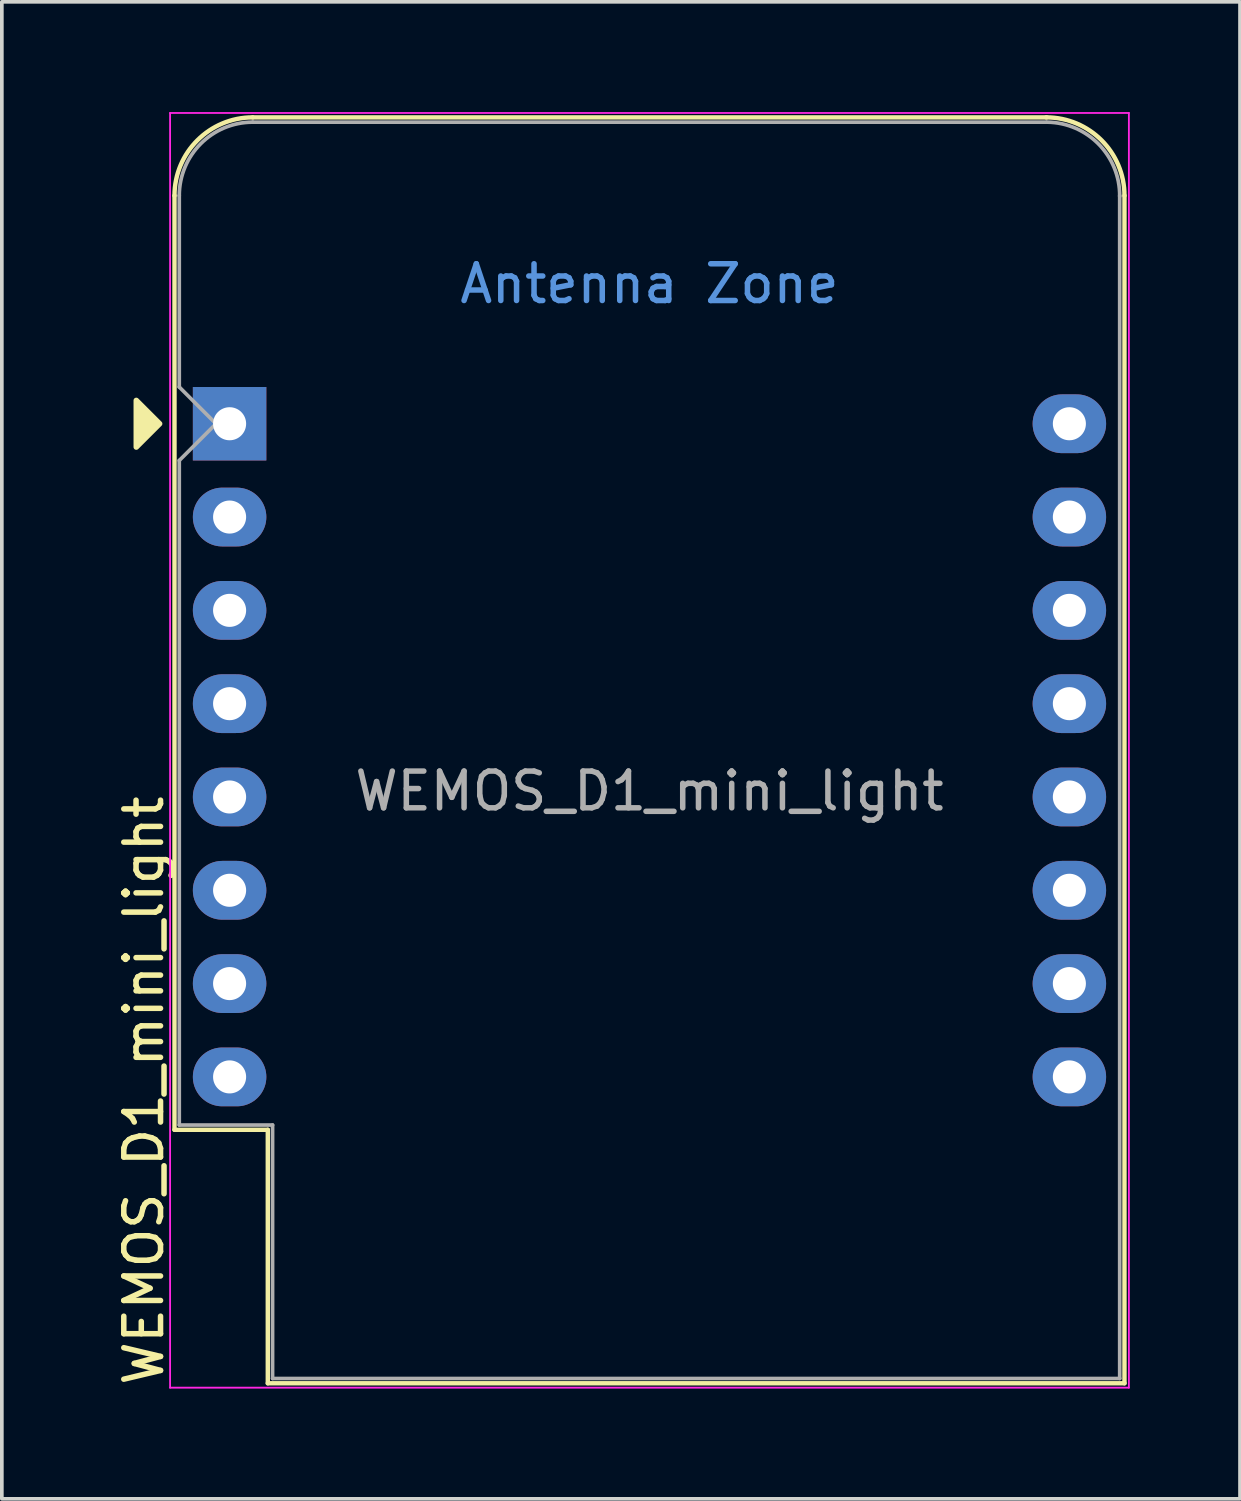
<source format=kicad_pcb>
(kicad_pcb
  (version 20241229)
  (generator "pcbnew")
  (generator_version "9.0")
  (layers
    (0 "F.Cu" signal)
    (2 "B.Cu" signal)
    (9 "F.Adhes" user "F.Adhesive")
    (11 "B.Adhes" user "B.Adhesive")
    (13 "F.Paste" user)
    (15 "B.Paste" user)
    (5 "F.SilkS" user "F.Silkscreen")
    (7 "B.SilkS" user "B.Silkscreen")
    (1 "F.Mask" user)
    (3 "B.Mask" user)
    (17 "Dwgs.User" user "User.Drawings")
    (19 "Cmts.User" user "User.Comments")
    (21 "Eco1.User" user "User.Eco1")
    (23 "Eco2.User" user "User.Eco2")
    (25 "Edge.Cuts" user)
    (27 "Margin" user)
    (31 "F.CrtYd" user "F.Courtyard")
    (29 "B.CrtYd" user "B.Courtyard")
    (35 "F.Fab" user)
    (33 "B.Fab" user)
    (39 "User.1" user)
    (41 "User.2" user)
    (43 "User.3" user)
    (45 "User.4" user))
  (footprint "WEMOS_D1_mini_light"
    (layer "F.Cu")
    (at 3.2 8.485)
    (property "Reference" "WEMOS_D1_mini_light" (at -1.75 26.25 90) (layer "F.SilkS") (effects (font (size 1 1) (thickness 0.15)) (justify left bottom)))
    (attr through_hole)
    (fp_line (start -1.5 19.22) (end -1.5 -6.21) (stroke (width 0.12) (type solid)) (layer "F.SilkS"))
    (fp_line (start -1.5 19.22) (end 1.04 19.22) (stroke (width 0.12) (type solid)) (layer "F.SilkS"))
    (fp_line (start 1.04 19.22) (end 1.04 26.12) (stroke (width 0.12) (type solid)) (layer "F.SilkS"))
    (fp_line (start 1.04 26.12) (end 24.36 26.12) (stroke (width 0.12) (type solid)) (layer "F.SilkS"))
    (fp_line (start 22.24 -8.34) (end 0.63 -8.34) (stroke (width 0.12) (type solid)) (layer "F.SilkS"))
    (fp_line (start 24.36 26.12) (end 24.36 -6.21) (stroke (width 0.12) (type solid)) (layer "F.SilkS"))
    (fp_arc (start -1.5 -6.21) (mid -0.876137 -7.716137) (end 0.63 -8.34) (stroke (width 0.12) (type solid)) (layer "F.SilkS"))
    (fp_arc (start 22.23 -8.34) (mid 23.736137 -7.716137) (end 24.36 -6.21) (stroke (width 0.12) (type solid)) (layer "F.SilkS"))
    (fp_poly (pts (xy -2.54 -0.635) (xy -2.54 0.635) (xy -1.905 0)) (stroke (width 0.15) (type solid)) (fill yes) (layer "F.SilkS"))
    (fp_line (start -1.62 -8.46) (end 24.48 -8.46) (stroke (width 0.05) (type solid)) (layer "F.CrtYd"))
    (fp_line (start -1.62 26.24) (end -1.62 -8.46) (stroke (width 0.05) (type solid)) (layer "F.CrtYd"))
    (fp_line (start 24.48 -8.46) (end 24.48 26.24) (stroke (width 0.05) (type solid)) (layer "F.CrtYd"))
    (fp_line (start 24.48 26.24) (end -1.62 26.24) (stroke (width 0.05) (type solid)) (layer "F.CrtYd"))
    (fp_line (start -1.37 -6.21) (end -1.37 -1) (stroke (width 0.1) (type solid)) (layer "F.Fab"))
    (fp_line (start -1.37 1) (end -1.37 19.09) (stroke (width 0.1) (type solid)) (layer "F.Fab"))
    (fp_line (start -1.37 1) (end -0.37 0) (stroke (width 0.1) (type solid)) (layer "F.Fab"))
    (fp_line (start -1.37 19.09) (end 1.17 19.09) (stroke (width 0.1) (type solid)) (layer "F.Fab"))
    (fp_line (start -0.37 0) (end -1.37 -1) (stroke (width 0.1) (type solid)) (layer "F.Fab"))
    (fp_line (start 1.17 19.09) (end 1.17 25.99) (stroke (width 0.1) (type solid)) (layer "F.Fab"))
    (fp_line (start 1.17 25.99) (end 24.23 25.99) (stroke (width 0.1) (type solid)) (layer "F.Fab"))
    (fp_line (start 22.23 -8.21) (end 0.63 -8.21) (stroke (width 0.1) (type solid)) (layer "F.Fab"))
    (fp_line (start 24.23 25.99) (end 24.23 -6.21) (stroke (width 0.1) (type solid)) (layer "F.Fab"))
    (fp_arc (start -1.37 -6.21) (mid -0.784214 -7.624214) (end 0.63 -8.21) (stroke (width 0.1) (type solid)) (layer "F.Fab"))
    (fp_arc (start 22.25 -8.21) (mid 23.658356 -7.610071) (end 24.23 -6.19) (stroke (width 0.1) (type solid)) (layer "F.Fab"))
    (fp_text user "Antenna Zone" (at 11.43 -3.81 0) (layer "Cmts.User") (effects (font (size 1 1) (thickness 0.15))))
    (fp_text user "${REFERENCE}" (at 11.43 10 0) (layer "F.Fab") (effects (font (size 1 1) (thickness 0.15))))
    (pad "1" thru_hole rect (at 0 0) (size 2 2) (drill 0.9) (layers "*.Cu" "*.Mask"))
    (pad "2" thru_hole oval (at 0 2.54) (size 2 1.6) (drill 0.9) (layers "*.Cu" "*.Mask"))
    (pad "3" thru_hole oval (at 0 5.08) (size 2 1.6) (drill 0.9) (layers "*.Cu" "*.Mask"))
    (pad "4" thru_hole oval (at 0 7.62) (size 2 1.6) (drill 0.9) (layers "*.Cu" "*.Mask"))
    (pad "5" thru_hole oval (at 0 10.16) (size 2 1.6) (drill 0.9) (layers "*.Cu" "*.Mask"))
    (pad "6" thru_hole oval (at 0 12.7) (size 2 1.6) (drill 0.9) (layers "*.Cu" "*.Mask"))
    (pad "7" thru_hole oval (at 0 15.24) (size 2 1.6) (drill 0.9) (layers "*.Cu" "*.Mask"))
    (pad "8" thru_hole oval (at 0 17.78) (size 2 1.6) (drill 0.9) (layers "*.Cu" "*.Mask"))
    (pad "9" thru_hole oval (at 22.86 17.78) (size 2 1.6) (drill 0.9) (layers "*.Cu" "*.Mask"))
    (pad "10" thru_hole oval (at 22.86 15.24) (size 2 1.6) (drill 0.9) (layers "*.Cu" "*.Mask"))
    (pad "11" thru_hole oval (at 22.86 12.7) (size 2 1.6) (drill 0.9) (layers "*.Cu" "*.Mask"))
    (pad "12" thru_hole oval (at 22.86 10.16) (size 2 1.6) (drill 0.9) (layers "*.Cu" "*.Mask"))
    (pad "13" thru_hole oval (at 22.86 7.62) (size 2 1.6) (drill 0.9) (layers "*.Cu" "*.Mask"))
    (pad "14" thru_hole oval (at 22.86 5.08) (size 2 1.6) (drill 0.9) (layers "*.Cu" "*.Mask"))
    (pad "15" thru_hole oval (at 22.86 2.54) (size 2 1.6) (drill 0.9) (layers "*.Cu" "*.Mask"))
    (pad "16" thru_hole oval (at 22.86 0) (size 2 1.6) (drill 0.9) (layers "*.Cu" "*.Mask"))
    (zone (net_name "") (layer "Dwgs.User") (name "Antenna Zone") (hatch edge 0.5) (connect_pads) (min_thickness 0.25) (filled_areas_thickness no) (keepout (tracks allowed) (vias allowed) (pads allowed) (copperpour allowed) (footprints allowed)) (placement (enabled no)) (fill) (polygon (pts (xy 1.85 0.285) (xy 27.45 0.285) (xy 27.45 7.085) (xy 1.85 7.085)))))
  (gr_rect
    (start -3 -3)
    (end 30.705 37.75)
    (stroke (width 0.1) (type default))
    (fill no)
    (layer "Edge.Cuts")))
</source>
